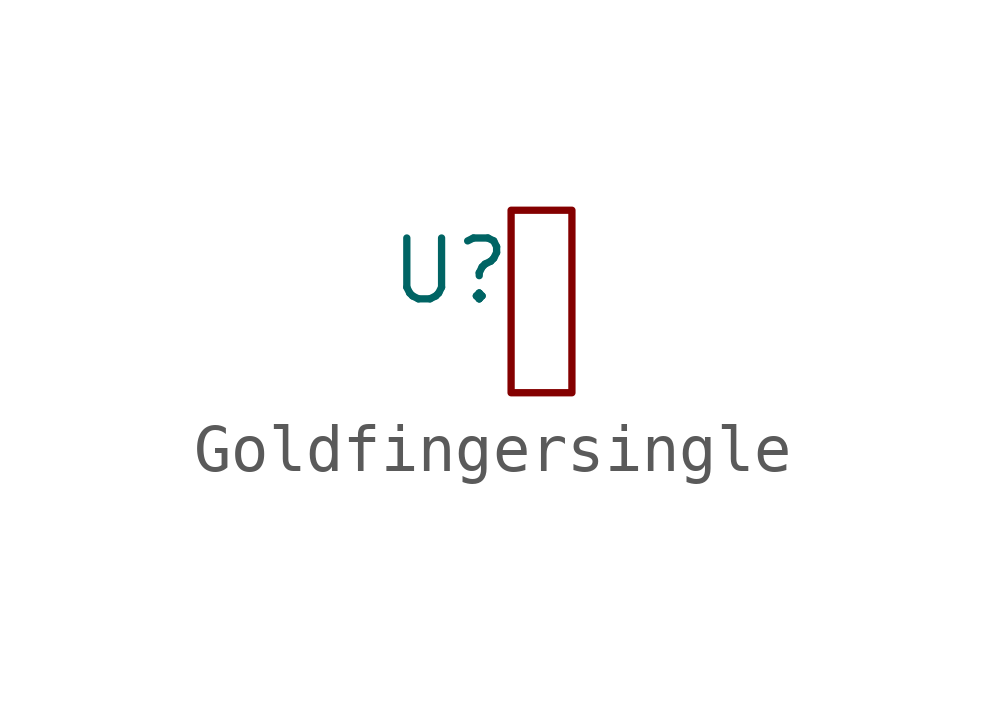
<source format=kicad_sym>
(kicad_symbol_lib
  (version 20220914)
  (generator kicad_symbol_editor)
  (symbol "Goldfingersingle"
    (property "Reference" "U"
      (at 0 0 0)
      (effects (font (size 1.27 1.27))))
    (property "Value" ""
      (at 0 0 0)
      (effects (font (size 1.27 1.27))))
    (symbol "Goldfingersingle_0_1"
      (rectangle (start 1.27 1.27) (end 2.54 -2.54) (stroke (width 0) (type default)) (fill (type none))))))
</source>
